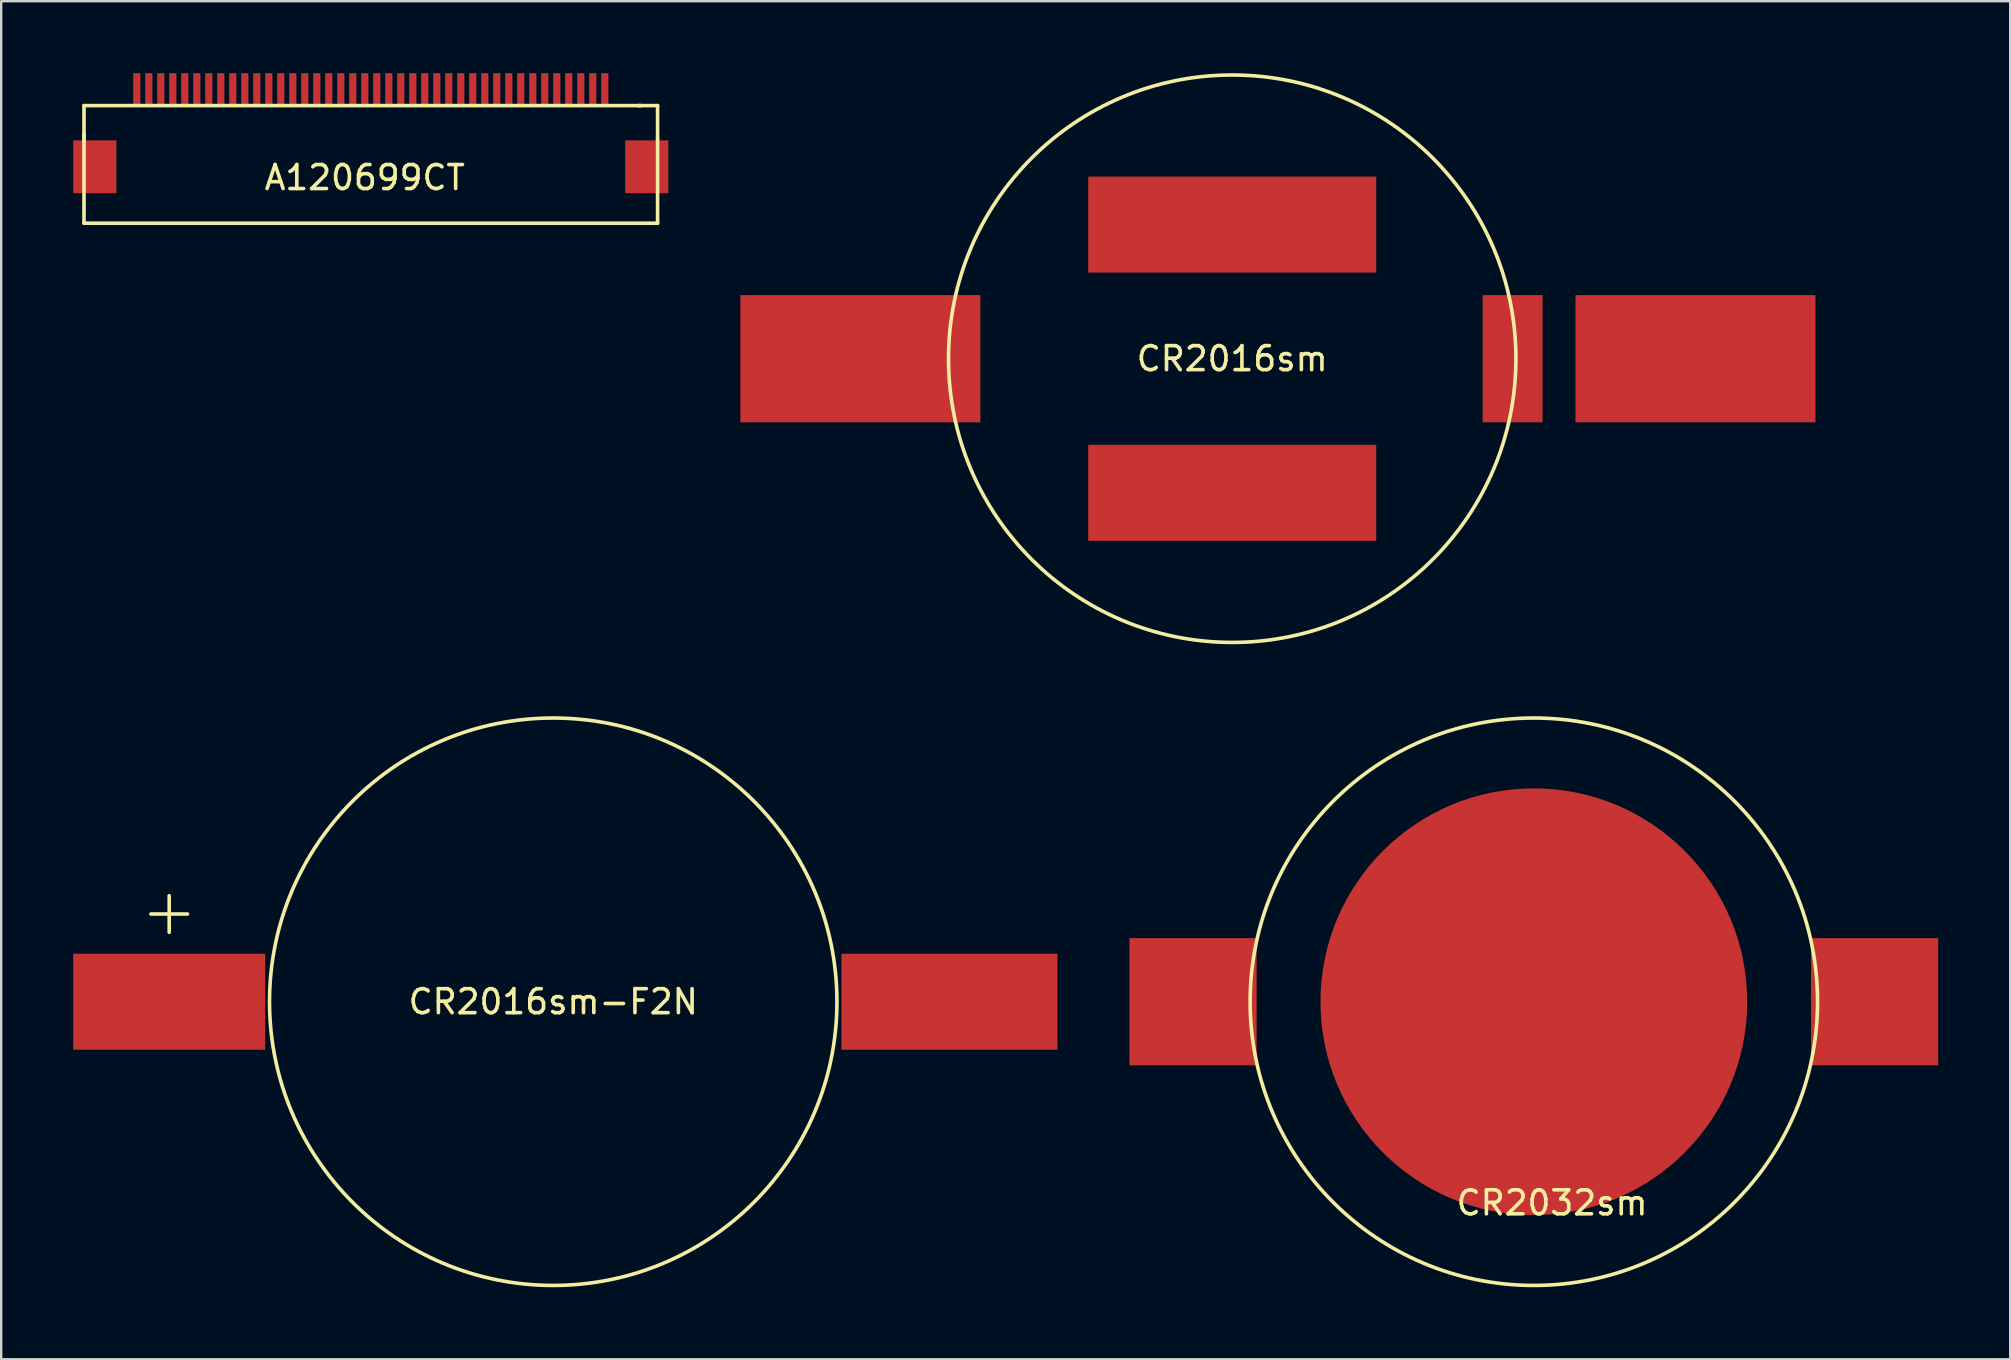
<source format=kicad_pcb>
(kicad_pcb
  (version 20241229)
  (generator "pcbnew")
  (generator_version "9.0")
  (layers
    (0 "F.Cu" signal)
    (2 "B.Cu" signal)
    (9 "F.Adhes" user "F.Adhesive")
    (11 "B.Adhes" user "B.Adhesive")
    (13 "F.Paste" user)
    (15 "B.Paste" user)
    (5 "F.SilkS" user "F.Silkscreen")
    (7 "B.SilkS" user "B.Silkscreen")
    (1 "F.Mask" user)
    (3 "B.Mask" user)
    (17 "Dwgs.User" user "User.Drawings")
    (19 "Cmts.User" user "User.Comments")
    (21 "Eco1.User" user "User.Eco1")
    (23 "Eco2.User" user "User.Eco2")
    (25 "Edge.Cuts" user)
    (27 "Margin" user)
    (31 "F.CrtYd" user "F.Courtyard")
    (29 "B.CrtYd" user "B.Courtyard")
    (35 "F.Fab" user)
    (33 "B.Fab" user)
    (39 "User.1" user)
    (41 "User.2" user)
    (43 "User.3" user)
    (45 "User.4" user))
  (footprint "CR2032sm"
    (layer "F.Cu")
    (at 60.862 38.69)
    (property "Reference" "CR2032sm" (at 0.762 8.382 0) (layer "F.SilkS") (effects (font (size 1 1) (thickness 0.15))))
    (attr through_hole)
    (fp_circle (center 0 0) (end -3.414 11.318) (stroke (width 0.15) (type solid)) (fill no) (layer "F.SilkS"))
    (pad "1" smd rect (at -14.2 0) (size 5.3 5.3) (layers "F.Cu" "F.Mask" "F.Paste"))
    (pad "1" smd rect (at 14.2 0) (size 5.3 5.3) (layers "F.Cu" "F.Mask" "F.Paste"))
    (pad "2" smd circle (at 0 0) (size 17.78 17.78) (layers "F.Cu" "F.Mask" "F.Paste")))
  (footprint "CR2016sm-F2N"
    (layer "F.Cu")
    (at 20.002 38.69)
    (property "Reference" "CR2016sm-F2N" (at 0 0 0) (layer "F.SilkS") (effects (font (size 1 1) (thickness 0.15))))
    (attr through_hole)
    (fp_circle (center 0 0) (end -3.414 11.318) (stroke (width 0.15) (type solid)) (fill no) (layer "F.SilkS"))
    (fp_text user "+" (at -16.002 -3.81 0) (layer "F.SilkS") (effects (font (size 2 2) (thickness 0.15))))
    (pad "1" smd rect (at -16.002 0) (size 8 4) (layers "F.Cu" "F.Mask" "F.Paste"))
    (pad "2" smd rect (at 16.51 0) (size 9 4) (layers "F.Cu" "F.Mask" "F.Paste")))
  (footprint "CR2016sm"
    (layer "F.Cu")
    (at 48.294 11.897)
    (property "Reference" "CR2016sm" (at 0 0 0) (layer "F.SilkS") (effects (font (size 1 1) (thickness 0.15))))
    (attr through_hole)
    (fp_circle (center 0 0) (end -3.414 11.318) (stroke (width 0.15) (type solid)) (fill no) (layer "F.SilkS"))
    (pad "1" smd rect (at -15.494 0) (size 10 5.3) (layers "F.Cu" "F.Mask" "F.Paste"))
    (pad "1" smd rect (at 11.684 0) (size 2.5 5.3) (layers "F.Cu" "F.Mask" "F.Paste"))
    (pad "2" smd rect (at 0 -5.588) (size 12 4) (layers "F.Cu" "F.Mask" "F.Paste"))
    (pad "2" smd rect (at 0 5.588) (size 12 4) (layers "F.Cu" "F.Mask" "F.Paste"))
    (pad "2" smd rect (at 19.304 0) (size 10 5.3) (layers "F.Cu" "F.Mask" "F.Paste")))
  (footprint "A120699CT"
    (layer "F.Cu")
    (at 12.15 5.65)
    (property "Reference" "A120699CT" (at 0 -1.3 0) (layer "F.SilkS") (effects (font (size 1 1) (thickness 0.15))))
    (attr through_hole)
    (fp_line (start -11.7 -4.3) (end -11.7 -2.9) (stroke (width 0.15) (type solid)) (layer "F.SilkS"))
    (fp_line (start -11.7 -4.3) (end 11.5 -4.3) (stroke (width 0.15) (type solid)) (layer "F.SilkS"))
    (fp_line (start -11.7 -3) (end -11.7 -3.1) (stroke (width 0.15) (type solid)) (layer "F.SilkS"))
    (fp_line (start -11.7 -2.8) (end -11.7 -3) (stroke (width 0.15) (type solid)) (layer "F.SilkS"))
    (fp_line (start -11.7 0.6) (end -11.7 -2.8) (stroke (width 0.15) (type solid)) (layer "F.SilkS"))
    (fp_line (start 11.4 -4.3) (end 12.2 -4.3) (stroke (width 0.15) (type solid)) (layer "F.SilkS"))
    (fp_line (start 12.2 -4.3) (end 12.2 -2.9) (stroke (width 0.15) (type solid)) (layer "F.SilkS"))
    (fp_line (start 12.2 -2.9) (end 12.2 0.6) (stroke (width 0.15) (type solid)) (layer "F.SilkS"))
    (fp_line (start 12.2 0.6) (end -11.7 0.6) (stroke (width 0.15) (type solid)) (layer "F.SilkS"))
    (pad "1" connect rect (at 10 -5) (size 0.3 1.3) (layers "F.Cu" "F.Mask"))
    (pad "2" connect rect (at 9.5 -5) (size 0.3 1.3) (layers "F.Cu" "F.Mask"))
    (pad "3" connect rect (at 9 -5) (size 0.3 1.3) (layers "F.Cu" "F.Mask"))
    (pad "4" connect rect (at 8.5 -5) (size 0.3 1.3) (layers "F.Cu" "F.Mask"))
    (pad "5" connect rect (at 8 -5) (size 0.3 1.3) (layers "F.Cu" "F.Mask"))
    (pad "6" connect rect (at 7.5 -5) (size 0.3 1.3) (layers "F.Cu" "F.Mask"))
    (pad "7" connect rect (at 7 -5) (size 0.3 1.3) (layers "F.Cu" "F.Mask"))
    (pad "8" connect rect (at 6.5 -5) (size 0.3 1.3) (layers "F.Cu" "F.Mask"))
    (pad "9" connect rect (at 6 -5) (size 0.3 1.3) (layers "F.Cu" "F.Mask"))
    (pad "10" connect rect (at 5.5 -5) (size 0.3 1.3) (layers "F.Cu" "F.Mask"))
    (pad "11" connect rect (at 5 -5) (size 0.3 1.3) (layers "F.Cu" "F.Mask"))
    (pad "12" connect rect (at 4.5 -5) (size 0.3 1.3) (layers "F.Cu" "F.Mask"))
    (pad "13" connect rect (at 4 -5) (size 0.3 1.3) (layers "F.Cu" "F.Mask"))
    (pad "14" connect rect (at 3.5 -5) (size 0.3 1.3) (layers "F.Cu" "F.Mask"))
    (pad "15" connect rect (at 3 -5) (size 0.3 1.3) (layers "F.Cu" "F.Mask"))
    (pad "16" connect rect (at 2.5 -5) (size 0.3 1.3) (layers "F.Cu" "F.Mask"))
    (pad "17" connect rect (at 2 -5) (size 0.3 1.3) (layers "F.Cu" "F.Mask"))
    (pad "18" connect rect (at 1.5 -5) (size 0.3 1.3) (layers "F.Cu" "F.Mask"))
    (pad "19" connect rect (at 1 -5) (size 0.3 1.3) (layers "F.Cu" "F.Mask"))
    (pad "20" connect rect (at 0.5 -5) (size 0.3 1.3) (layers "F.Cu" "F.Mask"))
    (pad "21" connect rect (at 0 -5) (size 0.3 1.3) (layers "F.Cu" "F.Mask"))
    (pad "22" connect rect (at -0.5 -5) (size 0.3 1.3) (layers "F.Cu" "F.Mask"))
    (pad "23" connect rect (at -1 -5) (size 0.3 1.3) (layers "F.Cu" "F.Mask"))
    (pad "24" connect rect (at -1.5 -5) (size 0.3 1.3) (layers "F.Cu" "F.Mask"))
    (pad "25" connect rect (at -2 -5) (size 0.3 1.3) (layers "F.Cu" "F.Mask"))
    (pad "26" connect rect (at -2.5 -5) (size 0.3 1.3) (layers "F.Cu" "F.Mask"))
    (pad "27" connect rect (at -3 -5) (size 0.3 1.3) (layers "F.Cu" "F.Mask"))
    (pad "28" connect rect (at -3.5 -5) (size 0.3 1.3) (layers "F.Cu" "F.Mask"))
    (pad "29" connect rect (at -4 -5) (size 0.3 1.3) (layers "F.Cu" "F.Mask"))
    (pad "30" connect rect (at -4.5 -5) (size 0.3 1.3) (layers "F.Cu" "F.Mask"))
    (pad "31" connect rect (at -5 -5) (size 0.3 1.3) (layers "F.Cu" "F.Mask"))
    (pad "32" connect rect (at -5.5 -5) (size 0.3 1.3) (layers "F.Cu" "F.Mask"))
    (pad "33" connect rect (at -6 -5) (size 0.3 1.3) (layers "F.Cu" "F.Mask"))
    (pad "34" connect rect (at -6.5 -5) (size 0.3 1.3) (layers "F.Cu" "F.Mask"))
    (pad "35" connect rect (at -7 -5) (size 0.3 1.3) (layers "F.Cu" "F.Mask"))
    (pad "36" connect rect (at -7.5 -5) (size 0.3 1.3) (layers "F.Cu" "F.Mask"))
    (pad "37" connect rect (at -8 -5) (size 0.3 1.3) (layers "F.Cu" "F.Mask"))
    (pad "38" connect rect (at -8.5 -5) (size 0.3 1.3) (layers "F.Cu" "F.Mask"))
    (pad "39" connect rect (at -9 -5) (size 0.3 1.3) (layers "F.Cu" "F.Mask"))
    (pad "40" connect rect (at -9.5 -5) (size 0.3 1.3) (layers "F.Cu" "F.Mask"))
    (pad "41" connect rect (at -11.25 -1.75) (size 1.8 2.2) (layers "F.Cu" "F.Mask"))
    (pad "41" connect rect (at 11.75 -1.75) (size 1.8 2.2) (layers "F.Cu" "F.Mask")))
  (gr_rect
    (start -3 -3)
    (end 80.712 53.587)
    (stroke (width 0.1) (type default))
    (fill no)
    (layer "Edge.Cuts")))
</source>
